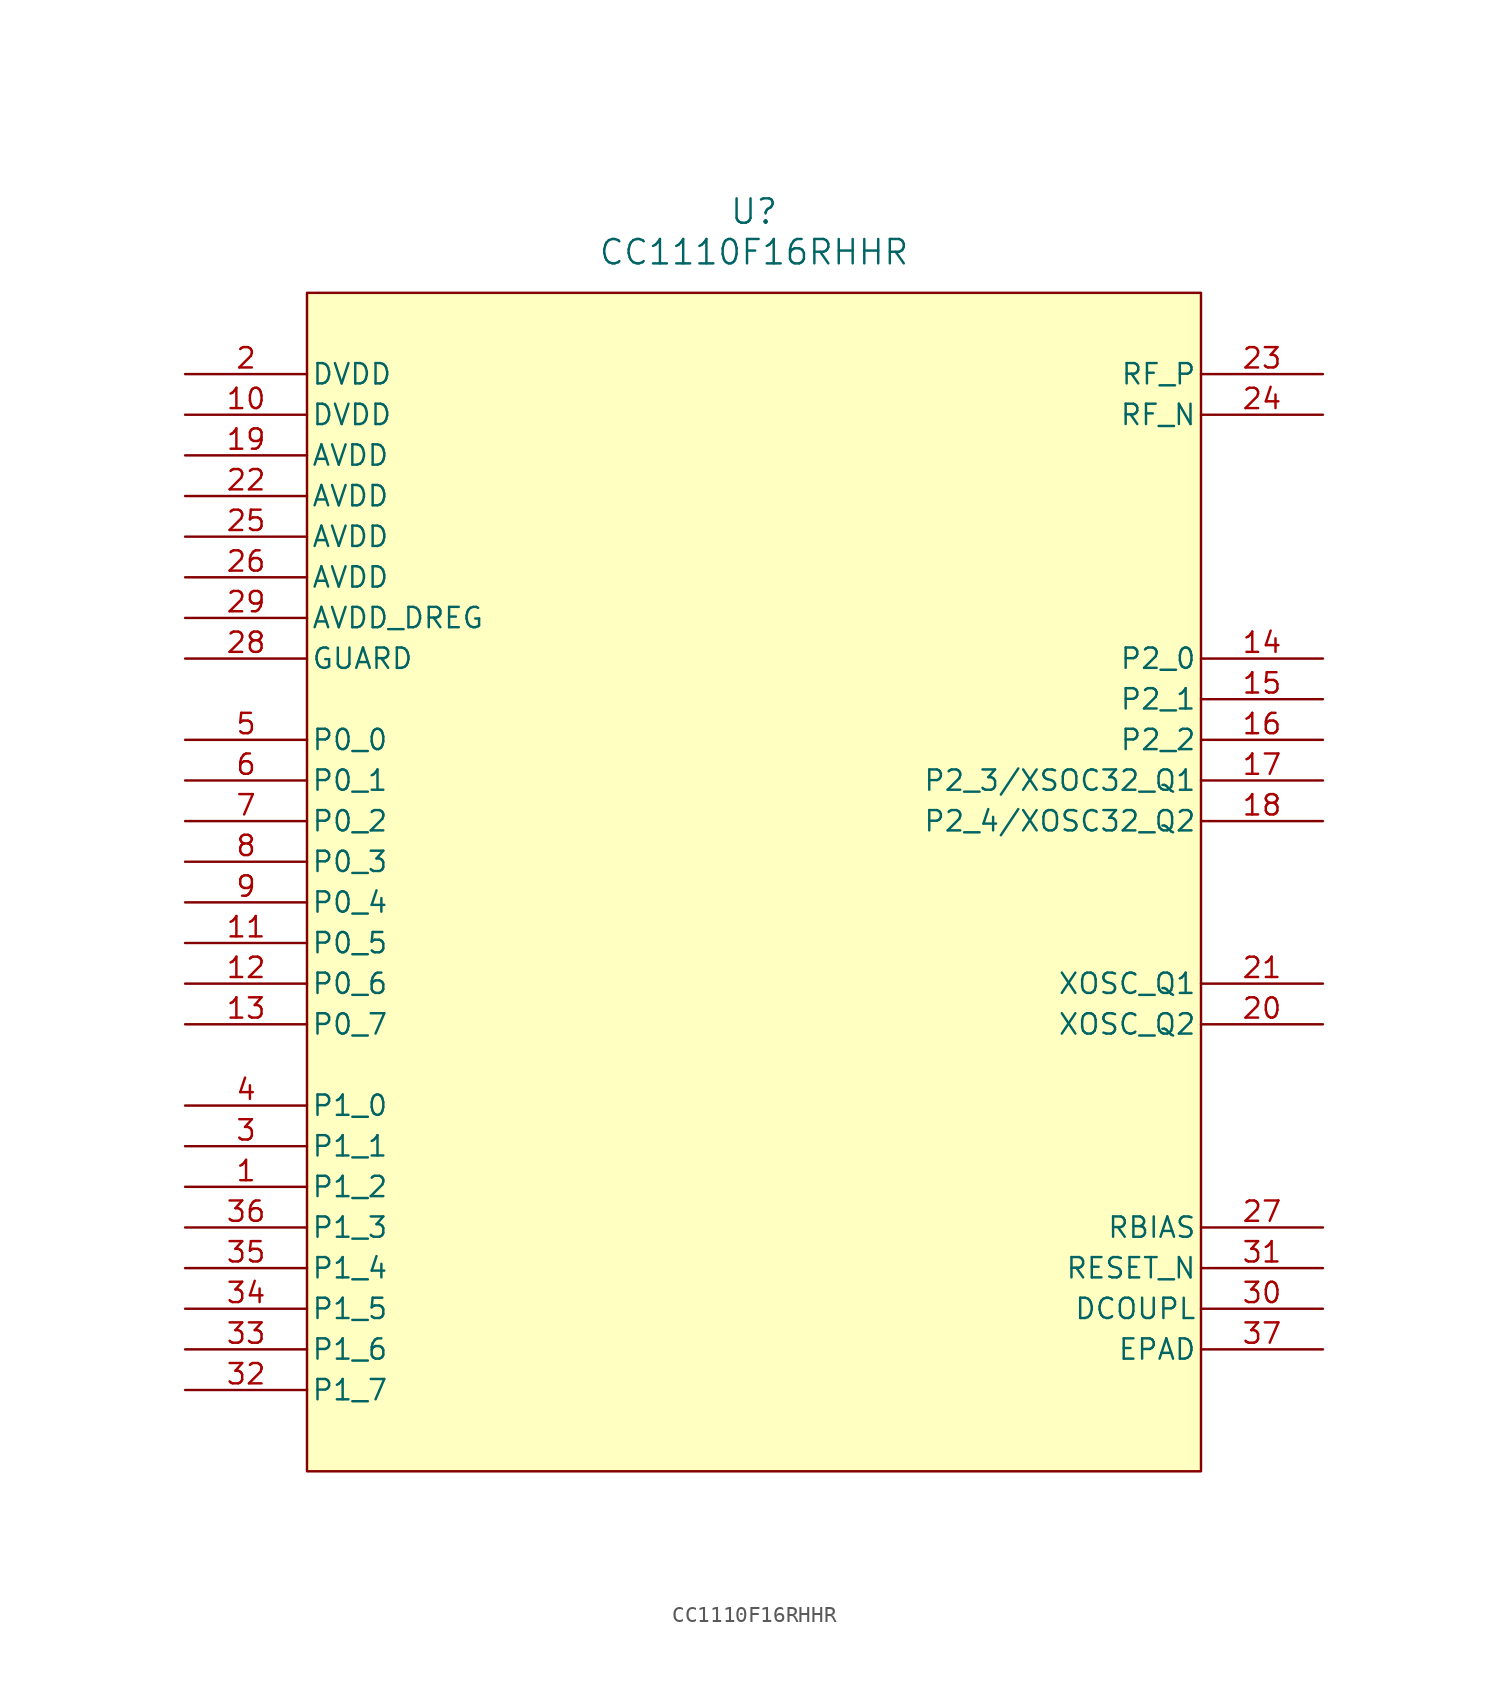
<source format=kicad_sym>
(kicad_symbol_lib
  (version 20231120)
  (generator "kicad_symbol_editor")
  (generator_version "8.0")
  (symbol "CC1110F16RHHR"
    (pin_names
      (offset 0.254))
    (property "Reference" "U"
      (at 35.56 10.16 0)
      (effects (font (size 1.524 1.524))))
    (property "Value" "CC1110F16RHHR"
      (at 35.56 7.62 0)
      (effects (font (size 1.524 1.524))))
    (property "ki_locked" ""
      (at 0 0 0)
      (effects (font (size 1.27 1.27))))
    (symbol "CC1110F16RHHR_0_1"
      (pin bidirectional line (at 0 -50.8 0) (length 7.62) (name "P1_2" (effects (font (size 1.27 1.27)))) (number "1" (effects (font (size 1.27 1.27)))))
      (pin power_in line (at 0 -2.54 0) (length 7.62) (name "DVDD" (effects (font (size 1.27 1.27)))) (number "10" (effects (font (size 1.27 1.27)))))
      (pin bidirectional line (at 0 -35.56 0) (length 7.62) (name "P0_5" (effects (font (size 1.27 1.27)))) (number "11" (effects (font (size 1.27 1.27)))))
      (pin bidirectional line (at 0 -38.1 0) (length 7.62) (name "P0_6" (effects (font (size 1.27 1.27)))) (number "12" (effects (font (size 1.27 1.27)))))
      (pin bidirectional line (at 0 -40.64 0) (length 7.62) (name "P0_7" (effects (font (size 1.27 1.27)))) (number "13" (effects (font (size 1.27 1.27)))))
      (pin bidirectional line (at 71.12 -17.78 180) (length 7.62) (name "P2_0" (effects (font (size 1.27 1.27)))) (number "14" (effects (font (size 1.27 1.27)))))
      (pin bidirectional line (at 71.12 -20.32 180) (length 7.62) (name "P2_1" (effects (font (size 1.27 1.27)))) (number "15" (effects (font (size 1.27 1.27)))))
      (pin bidirectional line (at 71.12 -22.86 180) (length 7.62) (name "P2_2" (effects (font (size 1.27 1.27)))) (number "16" (effects (font (size 1.27 1.27)))))
      (pin bidirectional line (at 71.12 -25.4 180) (length 7.62) (name "P2_3/XSOC32_Q1" (effects (font (size 1.27 1.27)))) (number "17" (effects (font (size 1.27 1.27)))))
      (pin bidirectional line (at 71.12 -27.94 180) (length 7.62) (name "P2_4/XOSC32_Q2" (effects (font (size 1.27 1.27)))) (number "18" (effects (font (size 1.27 1.27)))))
      (pin power_in line (at 0 -5.08 0) (length 7.62) (name "AVDD" (effects (font (size 1.27 1.27)))) (number "19" (effects (font (size 1.27 1.27)))))
      (pin power_in line (at 0 0 0) (length 7.62) (name "DVDD" (effects (font (size 1.27 1.27)))) (number "2" (effects (font (size 1.27 1.27)))))
      (pin bidirectional line (at 71.12 -40.64 180) (length 7.62) (name "XOSC_Q2" (effects (font (size 1.27 1.27)))) (number "20" (effects (font (size 1.27 1.27)))))
      (pin bidirectional line (at 71.12 -38.1 180) (length 7.62) (name "XOSC_Q1" (effects (font (size 1.27 1.27)))) (number "21" (effects (font (size 1.27 1.27)))))
      (pin power_in line (at 0 -7.62 0) (length 7.62) (name "AVDD" (effects (font (size 1.27 1.27)))) (number "22" (effects (font (size 1.27 1.27)))))
      (pin bidirectional line (at 71.12 0 180) (length 7.62) (name "RF_P" (effects (font (size 1.27 1.27)))) (number "23" (effects (font (size 1.27 1.27)))))
      (pin bidirectional line (at 71.12 -2.54 180) (length 7.62) (name "RF_N" (effects (font (size 1.27 1.27)))) (number "24" (effects (font (size 1.27 1.27)))))
      (pin power_in line (at 0 -10.16 0) (length 7.62) (name "AVDD" (effects (font (size 1.27 1.27)))) (number "25" (effects (font (size 1.27 1.27)))))
      (pin power_in line (at 0 -12.7 0) (length 7.62) (name "AVDD" (effects (font (size 1.27 1.27)))) (number "26" (effects (font (size 1.27 1.27)))))
      (pin bidirectional line (at 71.12 -53.34 180) (length 7.62) (name "RBIAS" (effects (font (size 1.27 1.27)))) (number "27" (effects (font (size 1.27 1.27)))))
      (pin unspecified line (at 0 -17.78 0) (length 7.62) (name "GUARD" (effects (font (size 1.27 1.27)))) (number "28" (effects (font (size 1.27 1.27)))))
      (pin power_in line (at 0 -15.24 0) (length 7.62) (name "AVDD_DREG" (effects (font (size 1.27 1.27)))) (number "29" (effects (font (size 1.27 1.27)))))
      (pin bidirectional line (at 0 -48.26 0) (length 7.62) (name "P1_1" (effects (font (size 1.27 1.27)))) (number "3" (effects (font (size 1.27 1.27)))))
      (pin unspecified line (at 71.12 -58.42 180) (length 7.62) (name "DCOUPL" (effects (font (size 1.27 1.27)))) (number "30" (effects (font (size 1.27 1.27)))))
      (pin input line (at 71.12 -55.88 180) (length 7.62) (name "RESET_N" (effects (font (size 1.27 1.27)))) (number "31" (effects (font (size 1.27 1.27)))))
      (pin bidirectional line (at 0 -63.5 0) (length 7.62) (name "P1_7" (effects (font (size 1.27 1.27)))) (number "32" (effects (font (size 1.27 1.27)))))
      (pin bidirectional line (at 0 -60.96 0) (length 7.62) (name "P1_6" (effects (font (size 1.27 1.27)))) (number "33" (effects (font (size 1.27 1.27)))))
      (pin bidirectional line (at 0 -58.42 0) (length 7.62) (name "P1_5" (effects (font (size 1.27 1.27)))) (number "34" (effects (font (size 1.27 1.27)))))
      (pin bidirectional line (at 0 -55.88 0) (length 7.62) (name "P1_4" (effects (font (size 1.27 1.27)))) (number "35" (effects (font (size 1.27 1.27)))))
      (pin bidirectional line (at 0 -53.34 0) (length 7.62) (name "P1_3" (effects (font (size 1.27 1.27)))) (number "36" (effects (font (size 1.27 1.27)))))
      (pin unspecified line (at 71.12 -60.96 180) (length 7.62) (name "EPAD" (effects (font (size 1.27 1.27)))) (number "37" (effects (font (size 1.27 1.27)))))
      (pin bidirectional line (at 0 -45.72 0) (length 7.62) (name "P1_0" (effects (font (size 1.27 1.27)))) (number "4" (effects (font (size 1.27 1.27)))))
      (pin bidirectional line (at 0 -22.86 0) (length 7.62) (name "P0_0" (effects (font (size 1.27 1.27)))) (number "5" (effects (font (size 1.27 1.27)))))
      (pin bidirectional line (at 0 -25.4 0) (length 7.62) (name "P0_1" (effects (font (size 1.27 1.27)))) (number "6" (effects (font (size 1.27 1.27)))))
      (pin bidirectional line (at 0 -27.94 0) (length 7.62) (name "P0_2" (effects (font (size 1.27 1.27)))) (number "7" (effects (font (size 1.27 1.27)))))
      (pin bidirectional line (at 0 -30.48 0) (length 7.62) (name "P0_3" (effects (font (size 1.27 1.27)))) (number "8" (effects (font (size 1.27 1.27)))))
      (pin bidirectional line (at 0 -33.02 0) (length 7.62) (name "P0_4" (effects (font (size 1.27 1.27)))) (number "9" (effects (font (size 1.27 1.27))))))
    (symbol "CC1110F16RHHR_1_1"
      (rectangle (start 7.62 5.08) (end 63.5 -68.58) (stroke (width 0) (type default)) (fill (type background))))))
</source>
